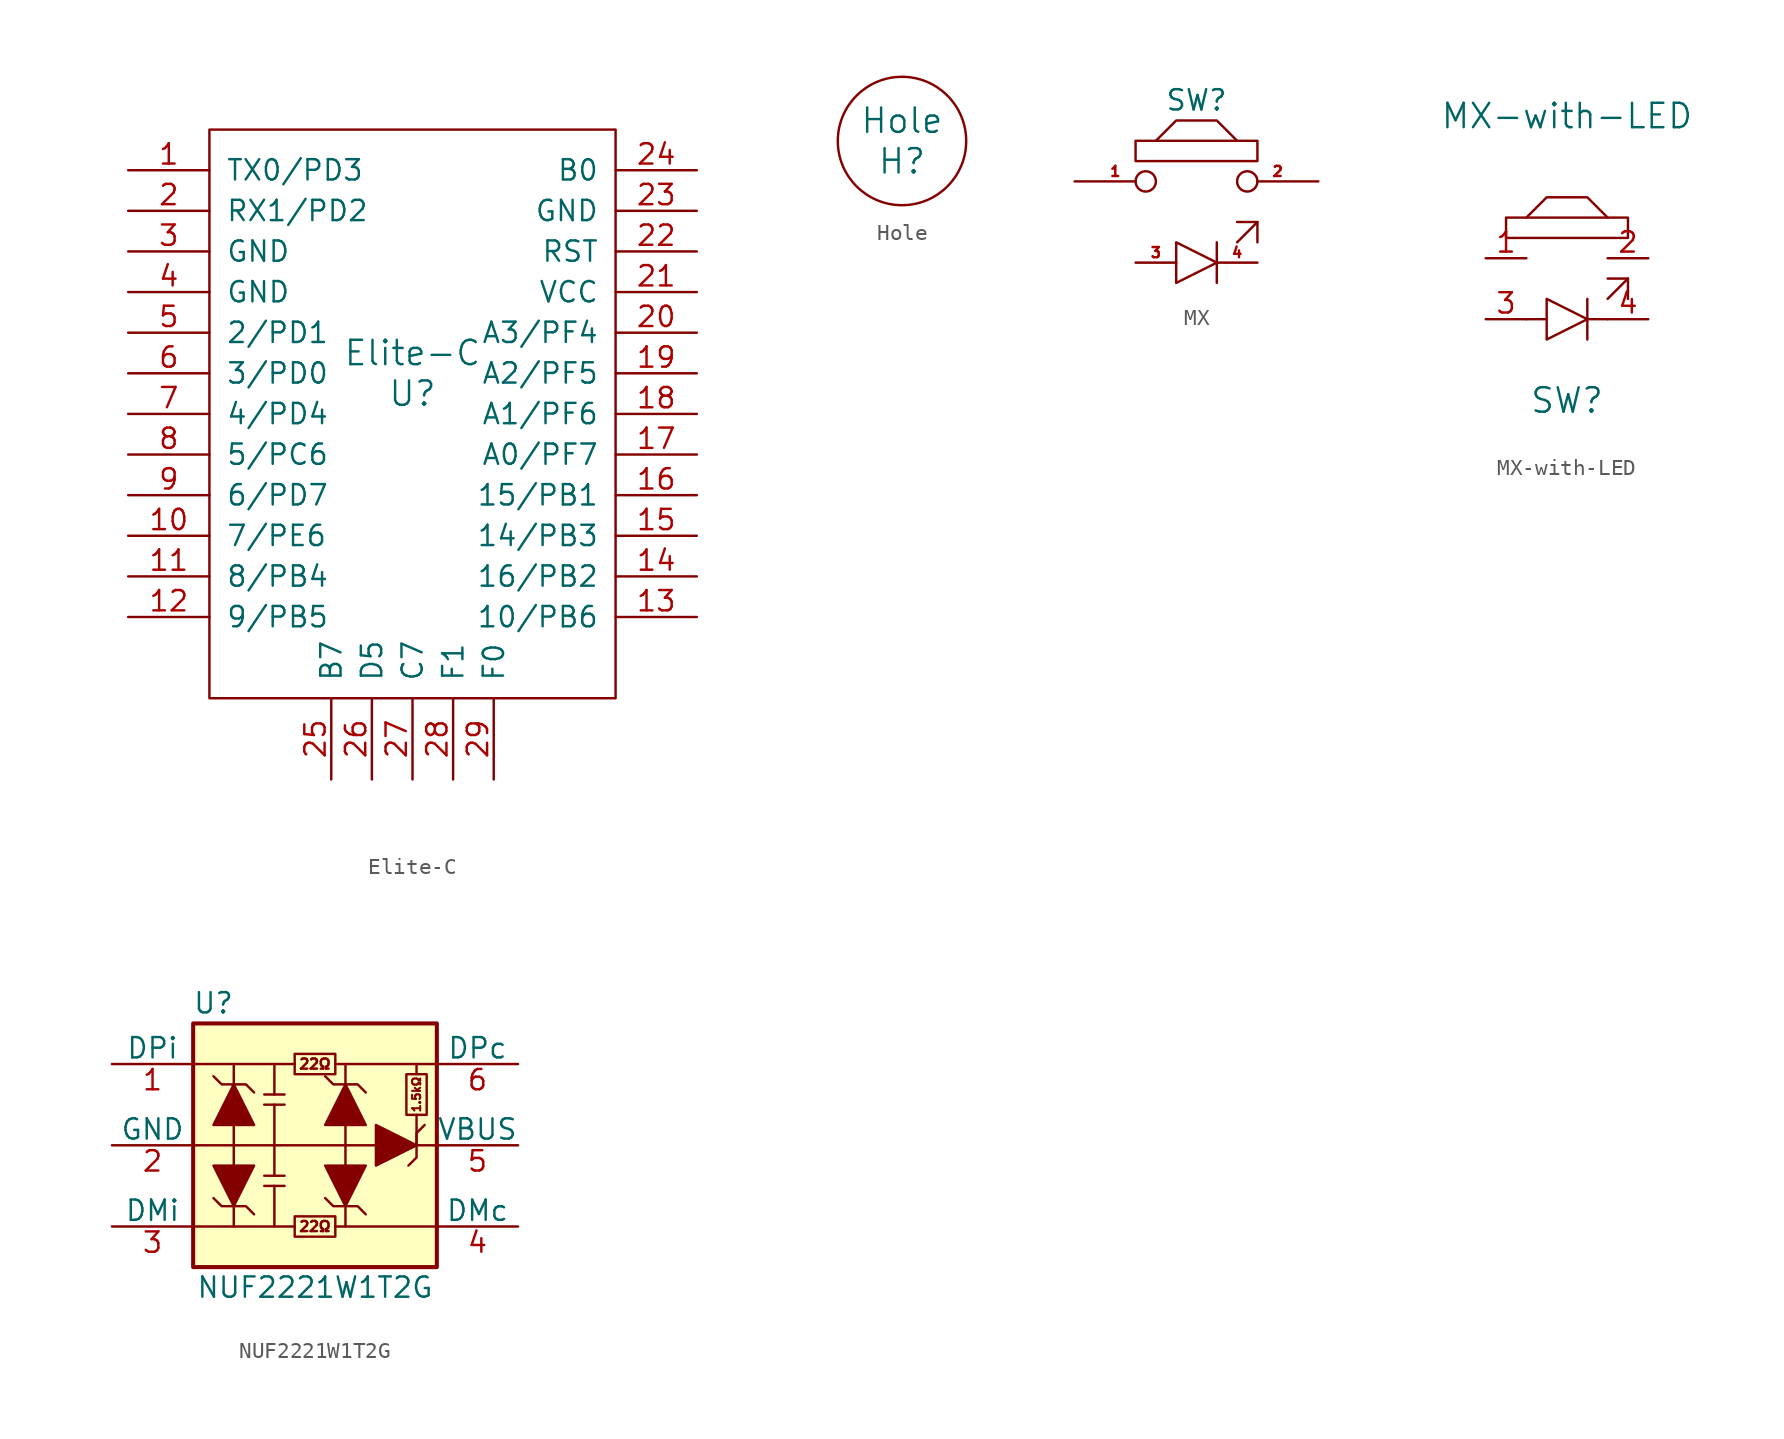
<source format=kicad_sym>
(kicad_symbol_lib
  (version 20231120)
  (generator "kicad_symbol_editor")
  (generator_version "8.0")
  (symbol "Elite-C"
    (pin_names
      (offset 1.016))
    (property "Reference" "U"
      (at 0 0 0)
      (effects (font (size 1.524 1.524))))
    (property "Value" "Elite-C"
      (at 0 2.54 0)
      (effects (font (size 1.524 1.524))))
    (symbol "Elite-C_0_1"
      (rectangle (start 12.7 -19.05) (end -12.7 16.51) (stroke (width 0) (type solid)) (fill (type none))))
    (symbol "Elite-C_1_1"
      (pin input line (at -17.78 13.97 0) (length 5.08) (name "TX0/PD3" (effects (font (size 1.27 1.27)))) (number "1" (effects (font (size 1.27 1.27)))))
      (pin input line (at -17.78 -8.89 0) (length 5.08) (name "7/PE6" (effects (font (size 1.27 1.27)))) (number "10" (effects (font (size 1.27 1.27)))))
      (pin input line (at -17.78 -11.43 0) (length 5.08) (name "8/PB4" (effects (font (size 1.27 1.27)))) (number "11" (effects (font (size 1.27 1.27)))))
      (pin input line (at -17.78 -13.97 0) (length 5.08) (name "9/PB5" (effects (font (size 1.27 1.27)))) (number "12" (effects (font (size 1.27 1.27)))))
      (pin input line (at 17.78 -13.97 180) (length 5.08) (name "10/PB6" (effects (font (size 1.27 1.27)))) (number "13" (effects (font (size 1.27 1.27)))))
      (pin input line (at 17.78 -11.43 180) (length 5.08) (name "16/PB2" (effects (font (size 1.27 1.27)))) (number "14" (effects (font (size 1.27 1.27)))))
      (pin input line (at 17.78 -8.89 180) (length 5.08) (name "14/PB3" (effects (font (size 1.27 1.27)))) (number "15" (effects (font (size 1.27 1.27)))))
      (pin input line (at 17.78 -6.35 180) (length 5.08) (name "15/PB1" (effects (font (size 1.27 1.27)))) (number "16" (effects (font (size 1.27 1.27)))))
      (pin input line (at 17.78 -3.81 180) (length 5.08) (name "A0/PF7" (effects (font (size 1.27 1.27)))) (number "17" (effects (font (size 1.27 1.27)))))
      (pin input line (at 17.78 -1.27 180) (length 5.08) (name "A1/PF6" (effects (font (size 1.27 1.27)))) (number "18" (effects (font (size 1.27 1.27)))))
      (pin input line (at 17.78 1.27 180) (length 5.08) (name "A2/PF5" (effects (font (size 1.27 1.27)))) (number "19" (effects (font (size 1.27 1.27)))))
      (pin input line (at -17.78 11.43 0) (length 5.08) (name "RX1/PD2" (effects (font (size 1.27 1.27)))) (number "2" (effects (font (size 1.27 1.27)))))
      (pin input line (at 17.78 3.81 180) (length 5.08) (name "A3/PF4" (effects (font (size 1.27 1.27)))) (number "20" (effects (font (size 1.27 1.27)))))
      (pin input line (at 17.78 6.35 180) (length 5.08) (name "VCC" (effects (font (size 1.27 1.27)))) (number "21" (effects (font (size 1.27 1.27)))))
      (pin input line (at 17.78 8.89 180) (length 5.08) (name "RST" (effects (font (size 1.27 1.27)))) (number "22" (effects (font (size 1.27 1.27)))))
      (pin input line (at 17.78 11.43 180) (length 5.08) (name "GND" (effects (font (size 1.27 1.27)))) (number "23" (effects (font (size 1.27 1.27)))))
      (pin input line (at 17.78 13.97 180) (length 5.08) (name "B0" (effects (font (size 1.27 1.27)))) (number "24" (effects (font (size 1.27 1.27)))))
      (pin input line (at -5.08 -24.13 90) (length 5.08) (name "B7" (effects (font (size 1.27 1.27)))) (number "25" (effects (font (size 1.27 1.27)))))
      (pin input line (at -2.54 -24.13 90) (length 5.08) (name "D5" (effects (font (size 1.27 1.27)))) (number "26" (effects (font (size 1.27 1.27)))))
      (pin input line (at 0 -24.13 90) (length 5.08) (name "C7" (effects (font (size 1.27 1.27)))) (number "27" (effects (font (size 1.27 1.27)))))
      (pin input line (at 2.54 -24.13 90) (length 5.08) (name "F1" (effects (font (size 1.27 1.27)))) (number "28" (effects (font (size 1.27 1.27)))))
      (pin input line (at 5.08 -24.13 90) (length 5.08) (name "F0" (effects (font (size 1.27 1.27)))) (number "29" (effects (font (size 1.27 1.27)))))
      (pin input line (at -17.78 8.89 0) (length 5.08) (name "GND" (effects (font (size 1.27 1.27)))) (number "3" (effects (font (size 1.27 1.27)))))
      (pin input line (at -17.78 6.35 0) (length 5.08) (name "GND" (effects (font (size 1.27 1.27)))) (number "4" (effects (font (size 1.27 1.27)))))
      (pin input line (at -17.78 3.81 0) (length 5.08) (name "2/PD1" (effects (font (size 1.27 1.27)))) (number "5" (effects (font (size 1.27 1.27)))))
      (pin input line (at -17.78 1.27 0) (length 5.08) (name "3/PD0" (effects (font (size 1.27 1.27)))) (number "6" (effects (font (size 1.27 1.27)))))
      (pin input line (at -17.78 -1.27 0) (length 5.08) (name "4/PD4" (effects (font (size 1.27 1.27)))) (number "7" (effects (font (size 1.27 1.27)))))
      (pin input line (at -17.78 -3.81 0) (length 5.08) (name "5/PC6" (effects (font (size 1.27 1.27)))) (number "8" (effects (font (size 1.27 1.27)))))
      (pin input line (at -17.78 -6.35 0) (length 5.08) (name "6/PD7" (effects (font (size 1.27 1.27)))) (number "9" (effects (font (size 1.27 1.27)))))))
  (symbol "Hole"
    (pin_names
      (offset 1.016))
    (property "Reference" "H"
      (at 0 -1.27 0)
      (effects (font (size 1.524 1.524))))
    (property "Value" "Hole"
      (at 0 1.27 0)
      (effects (font (size 1.524 1.524))))
    (symbol "Hole_0_1"
      (circle (center 0 0) (radius 4.013) (stroke (width 0) (type solid)) (fill (type none)))))
  (symbol "MX"
    (pin_names
      (offset 1.016))
    (property "Reference" "SW"
      (at 0 5.08 0)
      (effects (font (size 1.27 1.27))))
    (symbol "MX_0_1"
      (polyline (pts (xy 1.27 -3.81) (xy 1.27 -6.35)) (stroke (width 0) (type solid)) (fill (type none)))
      (polyline (pts (xy 2.54 -3.81) (xy 3.81 -2.54)) (stroke (width 0) (type solid)) (fill (type none)))
      (polyline (pts (xy 3.81 -3.81) (xy 3.81 -2.54) (xy 2.54 -2.54)) (stroke (width 0) (type solid)) (fill (type none)))
      (polyline (pts (xy -2.54 2.54) (xy -1.27 3.81) (xy 1.27 3.81) (xy 2.54 2.54)) (stroke (width 0) (type solid)) (fill (type none)))
      (polyline (pts (xy -1.27 -3.81) (xy -1.27 -6.35) (xy 1.27 -5.08) (xy -1.27 -3.81)) (stroke (width 0) (type solid)) (fill (type none)))
      (polyline (pts (xy -3.81 1.27) (xy 3.81 1.27) (xy 3.81 2.54) (xy -3.81 2.54) (xy -3.81 1.27)) (stroke (width 0) (type solid)) (fill (type none))))
    (symbol "MX_1_1"
      (pin input inverted (at -7.62 0 0) (length 5.08) (name "~" (effects (font (size 1.27 1.27)))) (number "1" (effects (font (size 0.635 0.635)))))
      (pin input inverted (at 7.62 0 180) (length 5.08) (name "~" (effects (font (size 1.27 1.27)))) (number "2" (effects (font (size 0.635 0.635)))))
      (pin input line (at -3.81 -5.08 0) (length 2.54) (name "~" (effects (font (size 1.27 1.27)))) (number "3" (effects (font (size 0.635 0.635)))))
      (pin input line (at 3.81 -5.08 180) (length 2.54) (name "~" (effects (font (size 1.27 1.27)))) (number "4" (effects (font (size 0.635 0.635)))))))
  (symbol "MX-with-LED"
    (pin_names
      (offset 1.016))
    (property "Reference" "SW"
      (at 0 -8.89 0)
      (effects (font (size 1.524 1.524))))
    (property "Value" "MX-with-LED"
      (at 0 8.89 0)
      (effects (font (size 1.524 1.524))))
    (symbol "MX-with-LED_0_1"
      (polyline (pts (xy -1.27 -3.81) (xy -2.54 -3.81)) (stroke (width 0) (type solid)) (fill (type none)))
      (polyline (pts (xy 1.27 -2.54) (xy 1.27 -5.08)) (stroke (width 0) (type solid)) (fill (type none)))
      (polyline (pts (xy 2.54 -3.81) (xy 1.27 -3.81)) (stroke (width 0) (type solid)) (fill (type none)))
      (polyline (pts (xy 2.54 -2.54) (xy 3.81 -1.27)) (stroke (width 0) (type solid)) (fill (type none)))
      (polyline (pts (xy 3.81 -2.54) (xy 3.81 -1.27) (xy 2.54 -1.27)) (stroke (width 0) (type solid)) (fill (type none)))
      (polyline (pts (xy -2.54 2.54) (xy -1.27 3.81) (xy 1.27 3.81) (xy 2.54 2.54)) (stroke (width 0) (type solid)) (fill (type none)))
      (polyline (pts (xy -1.27 -2.54) (xy -1.27 -5.08) (xy 1.27 -3.81) (xy -1.27 -2.54)) (stroke (width 0) (type solid)) (fill (type none)))
      (polyline (pts (xy -3.81 1.27) (xy 3.81 1.27) (xy 3.81 2.54) (xy -3.81 2.54) (xy -3.81 1.27)) (stroke (width 0) (type solid)) (fill (type none))))
    (symbol "MX-with-LED_1_1"
      (pin input line (at -5.08 0 0) (length 2.54) (name "~" (effects (font (size 1.27 1.27)))) (number "1" (effects (font (size 1.27 1.27)))))
      (pin input line (at 5.08 0 180) (length 2.54) (name "~" (effects (font (size 1.27 1.27)))) (number "2" (effects (font (size 1.27 1.27)))))
      (pin input line (at -5.08 -3.81 0) (length 2.54) (name "~" (effects (font (size 1.27 1.27)))) (number "3" (effects (font (size 1.27 1.27)))))
      (pin input line (at 5.08 -3.81 180) (length 2.54) (name "~" (effects (font (size 1.27 1.27)))) (number "4" (effects (font (size 1.27 1.27)))))))
  (symbol "NUF2221W1T2G"
    (pin_names
      (offset 0))
    (property "Reference" "U"
      (at -6.35 8.89 0)
      (effects (font (size 1.27 1.27))))
    (property "Value" "NUF2221W1T2G"
      (at 0 -8.89 0)
      (effects (font (size 1.27 1.27))))
    (symbol "NUF2221W1T2G_0_0"
      (polyline (pts (xy -5.08 -5.08) (xy -1.27 -5.08)) (stroke (width 0) (type solid)) (fill (type none)))
      (polyline (pts (xy -5.08 0) (xy 1.905 0)) (stroke (width 0) (type solid)) (fill (type none)))
      (polyline (pts (xy -5.08 5.08) (xy -1.27 5.08)) (stroke (width 0) (type solid)) (fill (type none)))
      (polyline (pts (xy -3.175 -2.54) (xy -1.905 -2.54)) (stroke (width 0) (type solid)) (fill (type none)))
      (polyline (pts (xy -3.175 2.54) (xy -1.905 2.54)) (stroke (width 0) (type solid)) (fill (type none)))
      (polyline (pts (xy -2.54 -2.54) (xy -2.54 -5.08)) (stroke (width 0) (type solid)) (fill (type none)))
      (polyline (pts (xy -2.54 -1.905) (xy -2.54 0)) (stroke (width 0) (type solid)) (fill (type none)))
      (polyline (pts (xy -2.54 2.54) (xy -2.54 0)) (stroke (width 0) (type solid)) (fill (type none)))
      (polyline (pts (xy -2.54 3.175) (xy -2.54 5.08)) (stroke (width 0) (type solid)) (fill (type none)))
      (polyline (pts (xy -1.905 -1.905) (xy -3.175 -1.905)) (stroke (width 0) (type solid)) (fill (type none)))
      (polyline (pts (xy -1.905 3.175) (xy -3.175 3.175)) (stroke (width 0) (type solid)) (fill (type none)))
      (polyline (pts (xy 1.27 -5.08) (xy 7.62 -5.08)) (stroke (width 0) (type solid)) (fill (type none)))
      (polyline (pts (xy 1.27 5.08) (xy 7.62 5.08)) (stroke (width 0) (type solid)) (fill (type none)))
      (polyline (pts (xy 1.905 -3.81) (xy 1.905 -5.08)) (stroke (width 0) (type solid)) (fill (type none)))
      (polyline (pts (xy 1.905 0) (xy 3.81 0)) (stroke (width 0) (type solid)) (fill (type none)))
      (polyline (pts (xy 1.905 3.81) (xy 1.905 5.08)) (stroke (width 0) (type solid)) (fill (type none)))
      (polyline (pts (xy 6.35 0) (xy 7.62 0)) (stroke (width 0) (type solid)) (fill (type none)))
      (polyline (pts (xy 6.35 1.905) (xy 6.35 0)) (stroke (width 0) (type solid)) (fill (type none)))
      (polyline (pts (xy 6.35 4.445) (xy 6.35 5.08)) (stroke (width 0) (type solid)) (fill (type none)))
      (text "1.5kΩ" (at 6.35 3.175 900) (effects (font (size 0.508 0.508))))
      (text "22Ω" (at 0 -5.08 0) (effects (font (size 0.635 0.635))))
      (text "22Ω" (at 0 5.08 0) (effects (font (size 0.635 0.635)))))
    (symbol "NUF2221W1T2G_0_1"
      (rectangle (start -7.62 7.62) (end 7.62 -7.62) (stroke (width 0.254) (type solid)) (fill (type background)))
      (rectangle (start -1.27 -4.445) (end 1.27 -5.715) (stroke (width 0) (type solid)) (fill (type none)))
      (rectangle (start -1.27 5.715) (end 1.27 4.445) (stroke (width 0) (type solid)) (fill (type none)))
      (polyline (pts (xy -5.08 -1.27) (xy -5.08 1.27)) (stroke (width 0) (type solid)) (fill (type none)))
      (polyline (pts (xy -5.08 0) (xy -7.62 0)) (stroke (width 0) (type solid)) (fill (type none)))
      (polyline (pts (xy 1.905 -1.27) (xy 1.905 1.27)) (stroke (width 0) (type solid)) (fill (type none)))
      (polyline (pts (xy -7.62 -5.08) (xy -5.08 -5.08) (xy -5.08 -3.81)) (stroke (width 0) (type solid)) (fill (type none)))
      (polyline (pts (xy -5.08 3.81) (xy -5.08 5.08) (xy -7.62 5.08)) (stroke (width 0) (type solid)) (fill (type none)))
      (polyline (pts (xy -6.35 -3.302) (xy -5.842 -3.81) (xy -4.318 -3.81) (xy -3.81 -4.318)) (stroke (width 0) (type solid)) (fill (type none)))
      (polyline (pts (xy -6.35 1.27) (xy -3.81 1.27) (xy -5.08 3.81) (xy -6.35 1.27)) (stroke (width 0) (type solid)) (fill (type outline)))
      (polyline (pts (xy -3.81 -1.27) (xy -6.35 -1.27) (xy -5.08 -3.81) (xy -3.81 -1.27)) (stroke (width 0) (type solid)) (fill (type outline)))
      (polyline (pts (xy -3.81 3.302) (xy -4.318 3.81) (xy -5.842 3.81) (xy -6.35 4.318)) (stroke (width 0) (type solid)) (fill (type none)))
      (polyline (pts (xy 0.635 -3.302) (xy 1.143 -3.81) (xy 2.667 -3.81) (xy 3.175 -4.318)) (stroke (width 0) (type solid)) (fill (type none)))
      (polyline (pts (xy 0.635 1.27) (xy 3.175 1.27) (xy 1.905 3.81) (xy 0.635 1.27)) (stroke (width 0) (type solid)) (fill (type outline)))
      (polyline (pts (xy 3.175 -1.27) (xy 0.635 -1.27) (xy 1.905 -3.81) (xy 3.175 -1.27)) (stroke (width 0) (type solid)) (fill (type outline)))
      (polyline (pts (xy 3.175 3.302) (xy 2.667 3.81) (xy 1.143 3.81) (xy 0.635 4.318)) (stroke (width 0) (type solid)) (fill (type none)))
      (polyline (pts (xy 3.81 1.27) (xy 3.81 -1.27) (xy 6.35 0) (xy 3.81 1.27)) (stroke (width 0) (type solid)) (fill (type outline)))
      (polyline (pts (xy 5.842 -1.27) (xy 6.35 -0.762) (xy 6.35 0.762) (xy 6.858 1.27)) (stroke (width 0) (type solid)) (fill (type none)))
      (rectangle (start 5.715 1.905) (end 6.985 4.445) (stroke (width 0) (type solid)) (fill (type none))))
    (symbol "NUF2221W1T2G_1_1"
      (pin passive line (at -12.7 5.08 0) (length 5.08) (name "DPi" (effects (font (size 1.27 1.27)))) (number "1" (effects (font (size 1.27 1.27)))))
      (pin power_in line (at -12.7 0 0) (length 5.08) (name "GND" (effects (font (size 1.27 1.27)))) (number "2" (effects (font (size 1.27 1.27)))))
      (pin passive line (at -12.7 -5.08 0) (length 5.08) (name "DMi" (effects (font (size 1.27 1.27)))) (number "3" (effects (font (size 1.27 1.27)))))
      (pin passive line (at 12.7 -5.08 180) (length 5.08) (name "DMc" (effects (font (size 1.27 1.27)))) (number "4" (effects (font (size 1.27 1.27)))))
      (pin passive line (at 12.7 0 180) (length 5.08) (name "VBUS" (effects (font (size 1.27 1.27)))) (number "5" (effects (font (size 1.27 1.27)))))
      (pin passive line (at 12.7 5.08 180) (length 5.08) (name "DPc" (effects (font (size 1.27 1.27)))) (number "6" (effects (font (size 1.27 1.27))))))))
</source>
